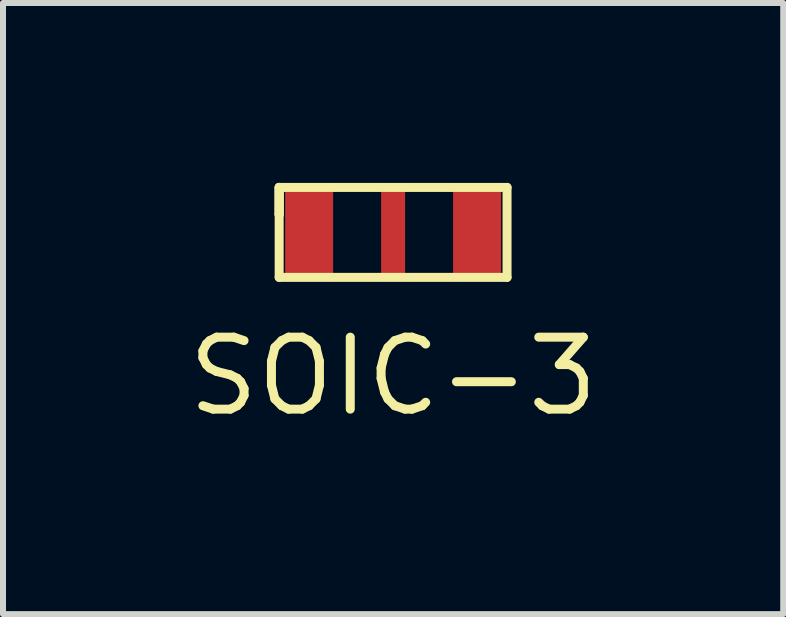
<source format=kicad_pcb>
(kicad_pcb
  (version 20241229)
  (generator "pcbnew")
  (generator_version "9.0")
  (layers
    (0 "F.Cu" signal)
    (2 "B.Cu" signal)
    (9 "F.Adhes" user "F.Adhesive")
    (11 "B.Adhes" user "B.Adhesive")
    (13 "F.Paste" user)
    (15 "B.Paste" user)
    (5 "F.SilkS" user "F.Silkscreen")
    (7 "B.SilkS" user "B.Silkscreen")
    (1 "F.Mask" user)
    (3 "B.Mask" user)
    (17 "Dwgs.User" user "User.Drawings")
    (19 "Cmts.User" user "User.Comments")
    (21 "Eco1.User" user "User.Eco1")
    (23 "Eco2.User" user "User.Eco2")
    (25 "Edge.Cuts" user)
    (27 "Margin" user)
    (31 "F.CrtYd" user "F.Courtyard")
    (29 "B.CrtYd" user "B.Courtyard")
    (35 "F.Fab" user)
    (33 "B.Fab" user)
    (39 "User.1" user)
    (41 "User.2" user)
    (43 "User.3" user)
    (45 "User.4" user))
  (footprint "SOIC-3"
    (layer "F.Cu")
    (at 3.505 0.775)
    (property "Reference" "SOIC-3" (at 0 2.45 0) (layer "F.SilkS") (effects (font (size 1.2 1.2) (thickness 0.15))))
    (attr through_hole)
    (fp_line (start -1.9 -0.7) (end -1.9 -0.25) (stroke (width 0.15) (type solid)) (layer "F.SilkS"))
    (fp_line (start -1.9 -0.7) (end -1.9 -0.25) (stroke (width 0.15) (type solid)) (layer "F.SilkS"))
    (fp_line (start -1.9 -0.7) (end -1.9 -0.25) (stroke (width 0.15) (type solid)) (layer "F.SilkS"))
    (fp_line (start -1.9 -0.25) (end -1.9 0.8) (stroke (width 0.15) (type solid)) (layer "F.SilkS"))
    (fp_line (start -1.9 0.8) (end 1.9 0.8) (stroke (width 0.15) (type solid)) (layer "F.SilkS"))
    (fp_line (start 1.9 -0.7) (end -1.9 -0.7) (stroke (width 0.15) (type solid)) (layer "F.SilkS"))
    (fp_line (start 1.9 0.8) (end 1.9 -0.7) (stroke (width 0.15) (type solid)) (layer "F.SilkS"))
    (pad "1" smd rect (at -1.4 0) (size 0.8 1.5) (layers "F.Cu" "F.Mask" "F.Paste"))
    (pad "2" smd rect (at 0 0) (size 0.4 1.5) (layers "F.Cu" "F.Mask" "F.Paste"))
    (pad "3" smd rect (at 1.4 0) (size 0.8 1.5) (layers "F.Cu" "F.Mask" "F.Paste")))
  (gr_rect
    (start -3 -3)
    (end 10.01 7.19)
    (stroke (width 0.1) (type default))
    (fill no)
    (layer "Edge.Cuts")))
</source>
